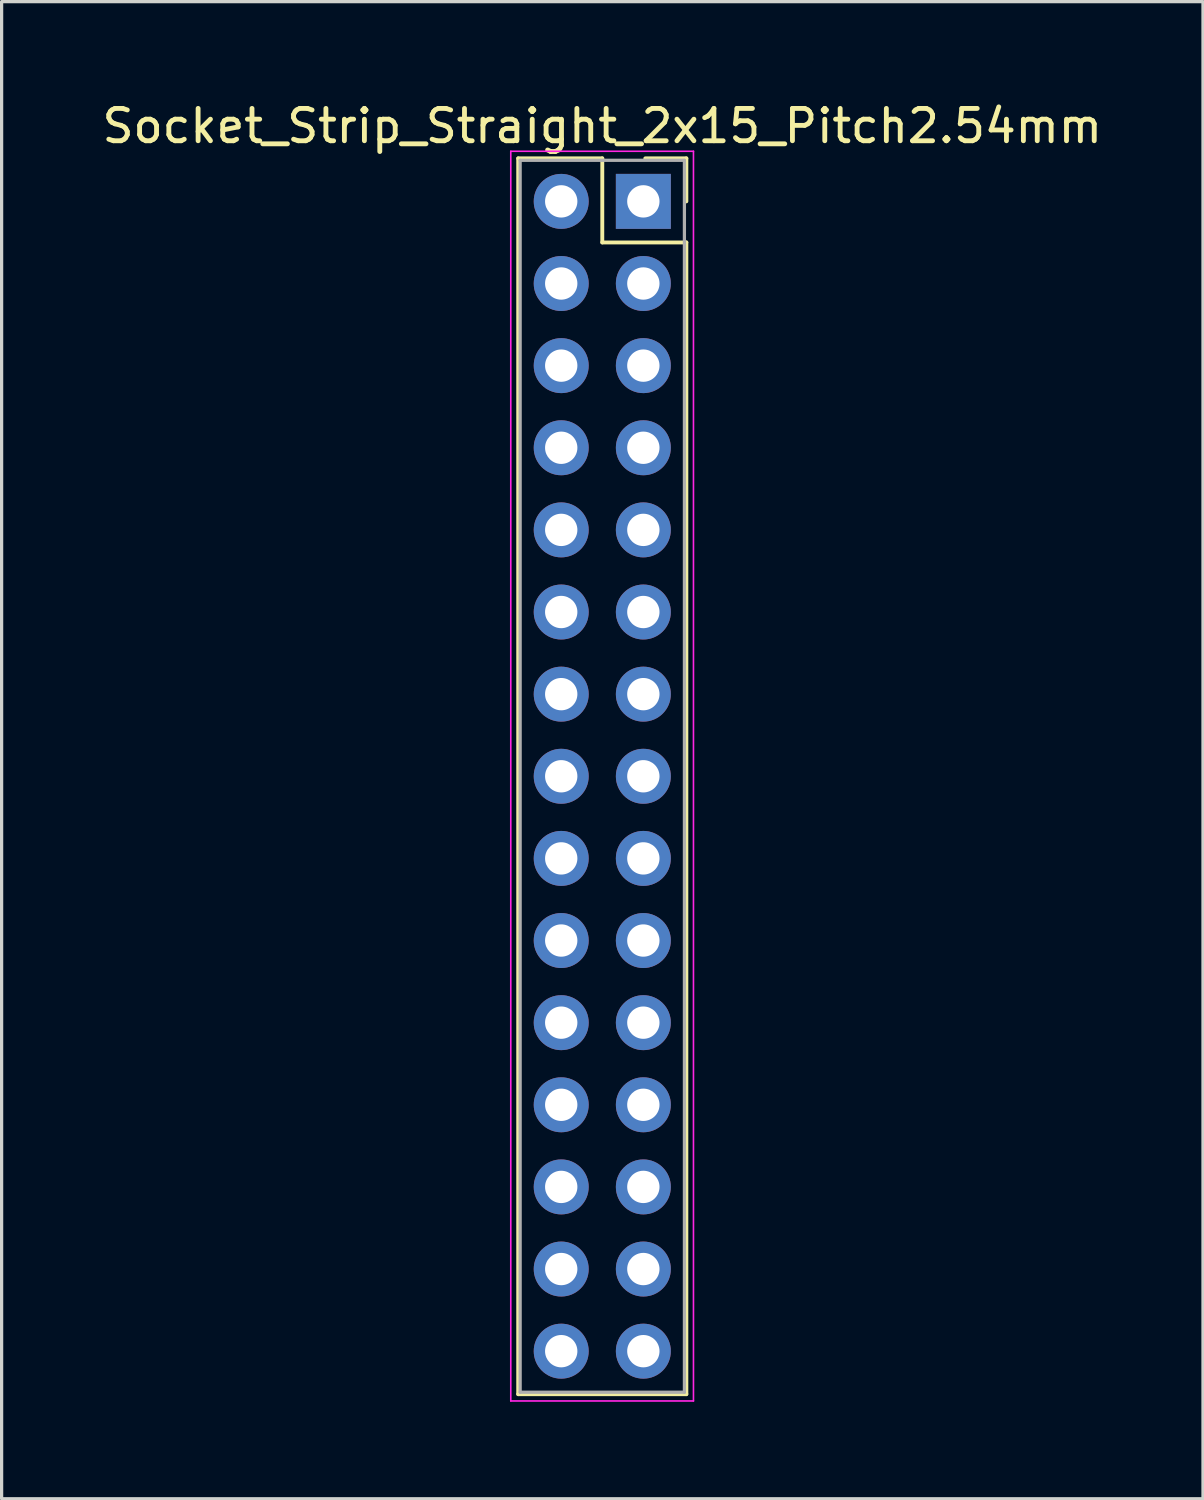
<source format=kicad_pcb>
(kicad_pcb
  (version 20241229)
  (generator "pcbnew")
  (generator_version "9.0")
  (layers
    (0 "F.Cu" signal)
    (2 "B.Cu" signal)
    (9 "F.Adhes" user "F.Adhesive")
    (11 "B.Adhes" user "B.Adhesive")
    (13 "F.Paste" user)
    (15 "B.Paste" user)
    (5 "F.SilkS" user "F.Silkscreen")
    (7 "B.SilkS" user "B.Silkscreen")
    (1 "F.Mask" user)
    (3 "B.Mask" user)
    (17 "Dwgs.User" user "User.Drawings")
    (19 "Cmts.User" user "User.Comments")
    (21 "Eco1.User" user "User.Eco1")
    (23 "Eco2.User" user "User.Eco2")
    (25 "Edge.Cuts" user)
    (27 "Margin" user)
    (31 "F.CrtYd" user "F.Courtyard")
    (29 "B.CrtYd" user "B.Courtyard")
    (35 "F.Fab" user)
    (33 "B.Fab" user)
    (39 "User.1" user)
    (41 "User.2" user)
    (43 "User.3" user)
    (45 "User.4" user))
  (footprint "Socket_Strip_Straight_2x15_Pitch2.54mm"
    (layer "F.Cu")
    (at 16.847 3.178)
    (property "Reference" "Socket_Strip_Straight_2x15_Pitch2.54mm" (at -1.27 -2.33 0) (layer "F.SilkS") (effects (font (size 1 1) (thickness 0.15))))
    (attr through_hole)
    (fp_line (start -3.87 -1.33) (end -1.27 -1.33) (stroke (width 0.12) (type solid)) (layer "F.SilkS"))
    (fp_line (start -3.87 36.89) (end -3.87 -1.33) (stroke (width 0.12) (type solid)) (layer "F.SilkS"))
    (fp_line (start -1.27 -1.33) (end -1.27 1.27) (stroke (width 0.12) (type solid)) (layer "F.SilkS"))
    (fp_line (start -1.27 1.27) (end 1.33 1.27) (stroke (width 0.12) (type solid)) (layer "F.SilkS"))
    (fp_line (start 1.33 -1.33) (end 0.06 -1.33) (stroke (width 0.12) (type solid)) (layer "F.SilkS"))
    (fp_line (start 1.33 0) (end 1.33 -1.33) (stroke (width 0.12) (type solid)) (layer "F.SilkS"))
    (fp_line (start 1.33 1.27) (end 1.33 36.89) (stroke (width 0.12) (type solid)) (layer "F.SilkS"))
    (fp_line (start 1.33 36.89) (end -3.87 36.89) (stroke (width 0.12) (type solid)) (layer "F.SilkS"))
    (fp_line (start -4.1 -1.55) (end -4.1 37.1) (stroke (width 0.05) (type solid)) (layer "F.CrtYd"))
    (fp_line (start -4.1 37.1) (end 1.55 37.1) (stroke (width 0.05) (type solid)) (layer "F.CrtYd"))
    (fp_line (start 1.55 -1.55) (end -4.1 -1.55) (stroke (width 0.05) (type solid)) (layer "F.CrtYd"))
    (fp_line (start 1.55 37.1) (end 1.55 -1.55) (stroke (width 0.05) (type solid)) (layer "F.CrtYd"))
    (fp_line (start -3.81 -1.27) (end -3.81 36.83) (stroke (width 0.1) (type solid)) (layer "F.Fab"))
    (fp_line (start -3.81 36.83) (end 1.27 36.83) (stroke (width 0.1) (type solid)) (layer "F.Fab"))
    (fp_line (start 1.27 -1.27) (end -3.81 -1.27) (stroke (width 0.1) (type solid)) (layer "F.Fab"))
    (fp_line (start 1.27 36.83) (end 1.27 -1.27) (stroke (width 0.1) (type solid)) (layer "F.Fab"))
    (pad "1" thru_hole rect (at 0 0) (size 1.7 1.7) (drill 1) (layers "*.Cu" "*.Mask"))
    (pad "2" thru_hole oval (at -2.54 0) (size 1.7 1.7) (drill 1) (layers "*.Cu" "*.Mask"))
    (pad "3" thru_hole oval (at 0 2.54) (size 1.7 1.7) (drill 1) (layers "*.Cu" "*.Mask"))
    (pad "4" thru_hole oval (at -2.54 2.54) (size 1.7 1.7) (drill 1) (layers "*.Cu" "*.Mask"))
    (pad "5" thru_hole oval (at 0 5.08) (size 1.7 1.7) (drill 1) (layers "*.Cu" "*.Mask"))
    (pad "6" thru_hole oval (at -2.54 5.08) (size 1.7 1.7) (drill 1) (layers "*.Cu" "*.Mask"))
    (pad "7" thru_hole oval (at 0 7.62) (size 1.7 1.7) (drill 1) (layers "*.Cu" "*.Mask"))
    (pad "8" thru_hole oval (at -2.54 7.62) (size 1.7 1.7) (drill 1) (layers "*.Cu" "*.Mask"))
    (pad "9" thru_hole oval (at 0 10.16) (size 1.7 1.7) (drill 1) (layers "*.Cu" "*.Mask"))
    (pad "10" thru_hole oval (at -2.54 10.16) (size 1.7 1.7) (drill 1) (layers "*.Cu" "*.Mask"))
    (pad "11" thru_hole oval (at 0 12.7) (size 1.7 1.7) (drill 1) (layers "*.Cu" "*.Mask"))
    (pad "12" thru_hole oval (at -2.54 12.7) (size 1.7 1.7) (drill 1) (layers "*.Cu" "*.Mask"))
    (pad "13" thru_hole oval (at 0 15.24) (size 1.7 1.7) (drill 1) (layers "*.Cu" "*.Mask"))
    (pad "14" thru_hole oval (at -2.54 15.24) (size 1.7 1.7) (drill 1) (layers "*.Cu" "*.Mask"))
    (pad "15" thru_hole oval (at 0 17.78) (size 1.7 1.7) (drill 1) (layers "*.Cu" "*.Mask"))
    (pad "16" thru_hole oval (at -2.54 17.78) (size 1.7 1.7) (drill 1) (layers "*.Cu" "*.Mask"))
    (pad "17" thru_hole oval (at 0 20.32) (size 1.7 1.7) (drill 1) (layers "*.Cu" "*.Mask"))
    (pad "18" thru_hole oval (at -2.54 20.32) (size 1.7 1.7) (drill 1) (layers "*.Cu" "*.Mask"))
    (pad "19" thru_hole oval (at 0 22.86) (size 1.7 1.7) (drill 1) (layers "*.Cu" "*.Mask"))
    (pad "20" thru_hole oval (at -2.54 22.86) (size 1.7 1.7) (drill 1) (layers "*.Cu" "*.Mask"))
    (pad "21" thru_hole oval (at 0 25.4) (size 1.7 1.7) (drill 1) (layers "*.Cu" "*.Mask"))
    (pad "22" thru_hole oval (at -2.54 25.4) (size 1.7 1.7) (drill 1) (layers "*.Cu" "*.Mask"))
    (pad "23" thru_hole oval (at 0 27.94) (size 1.7 1.7) (drill 1) (layers "*.Cu" "*.Mask"))
    (pad "24" thru_hole oval (at -2.54 27.94) (size 1.7 1.7) (drill 1) (layers "*.Cu" "*.Mask"))
    (pad "25" thru_hole oval (at 0 30.48) (size 1.7 1.7) (drill 1) (layers "*.Cu" "*.Mask"))
    (pad "26" thru_hole oval (at -2.54 30.48) (size 1.7 1.7) (drill 1) (layers "*.Cu" "*.Mask"))
    (pad "27" thru_hole oval (at 0 33.02) (size 1.7 1.7) (drill 1) (layers "*.Cu" "*.Mask"))
    (pad "28" thru_hole oval (at -2.54 33.02) (size 1.7 1.7) (drill 1) (layers "*.Cu" "*.Mask"))
    (pad "29" thru_hole oval (at 0 35.56) (size 1.7 1.7) (drill 1) (layers "*.Cu" "*.Mask"))
    (pad "30" thru_hole oval (at -2.54 35.56) (size 1.7 1.7) (drill 1) (layers "*.Cu" "*.Mask")))
  (gr_rect
    (start -3 -3)
    (end 34.155 43.303)
    (stroke (width 0.1) (type default))
    (fill no)
    (layer "Edge.Cuts")))
</source>
